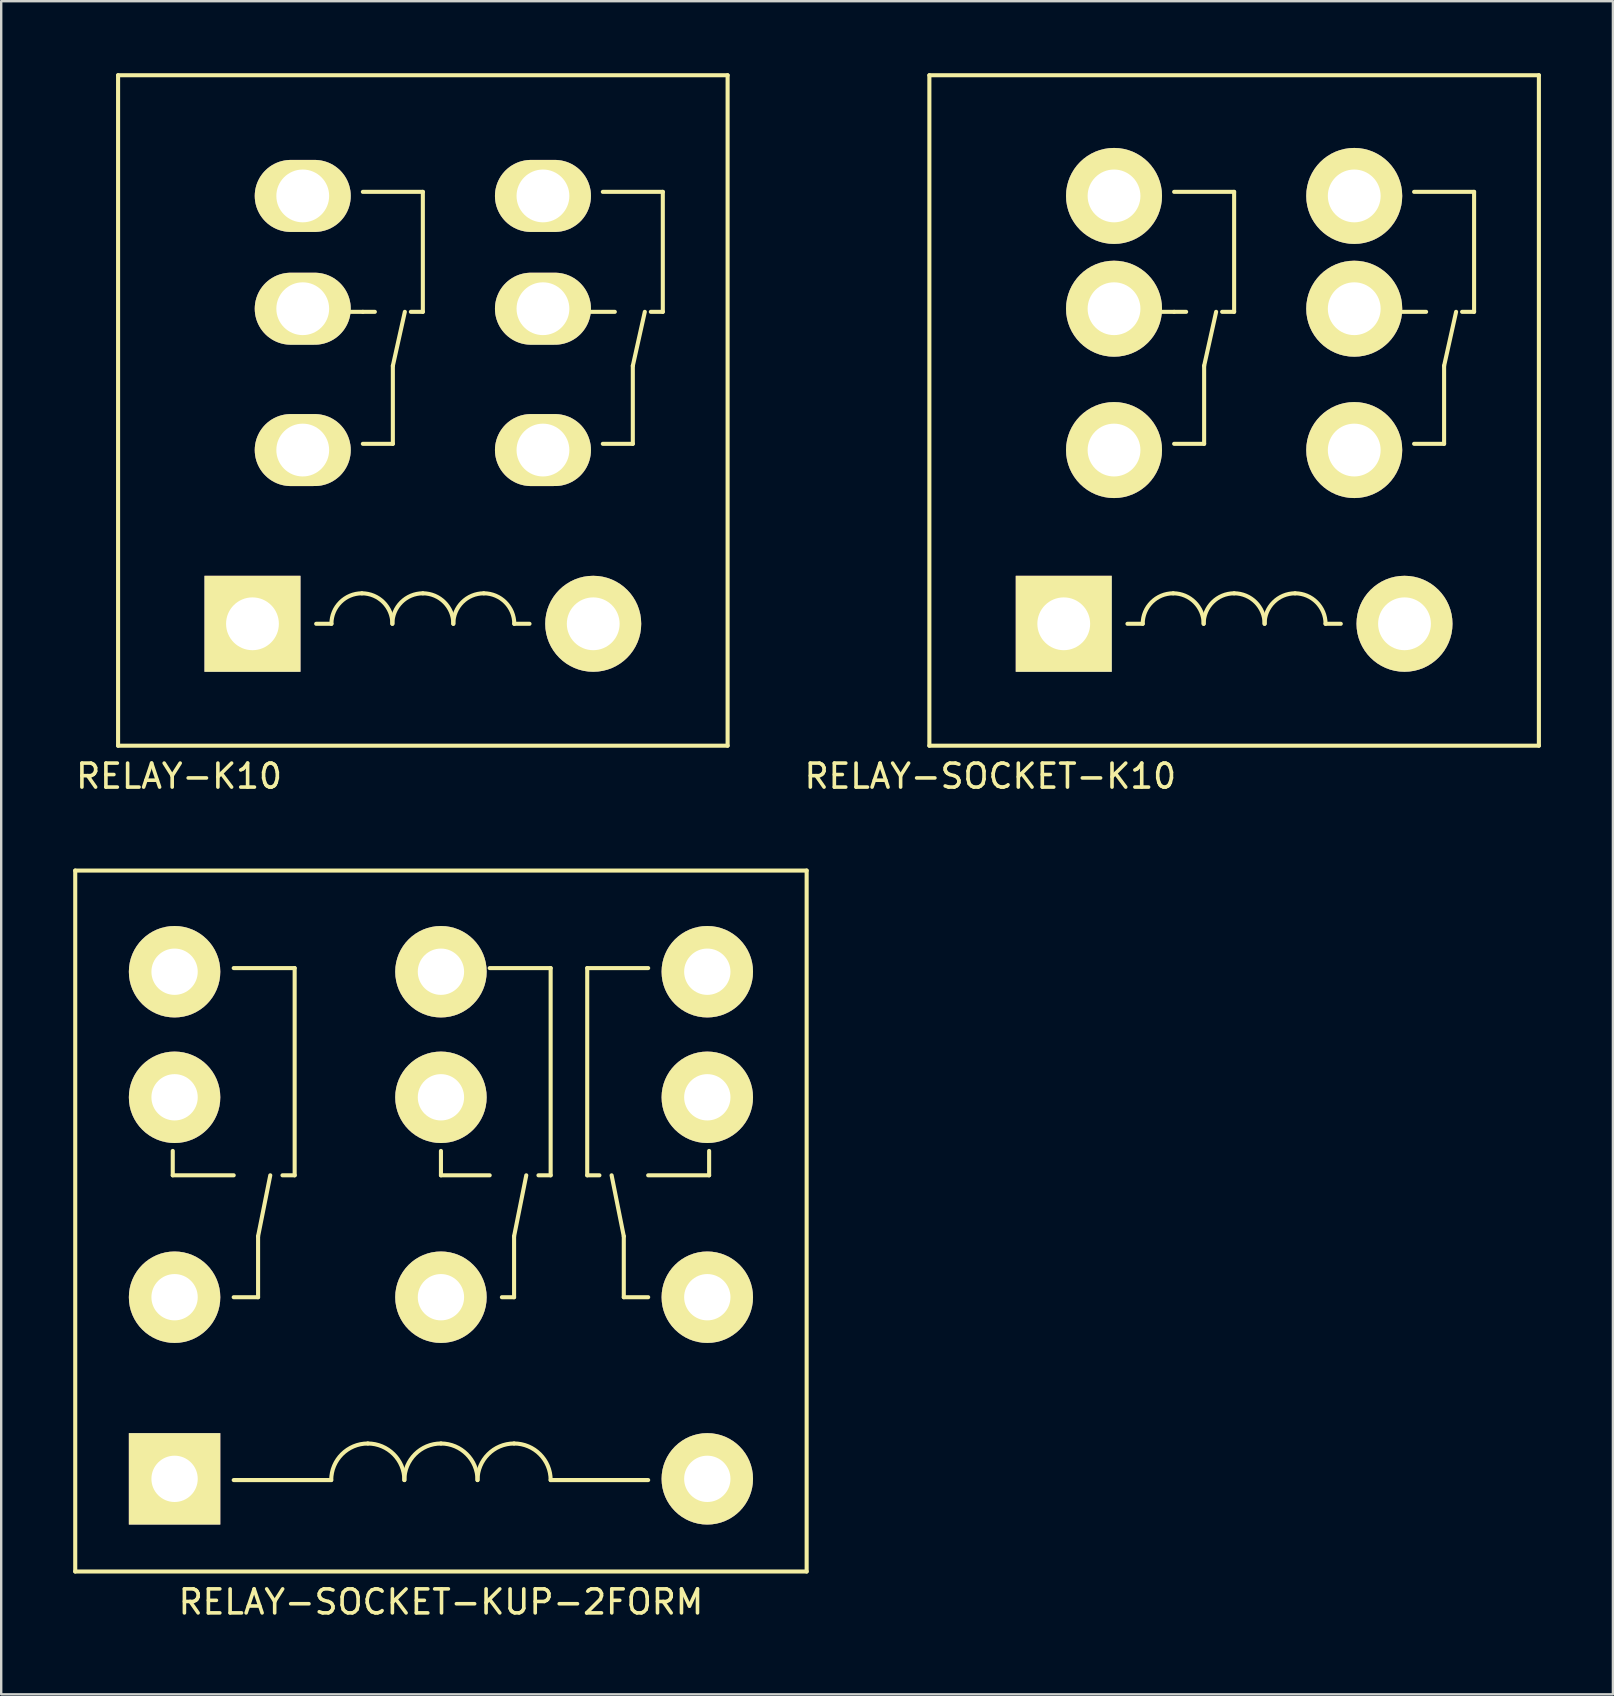
<source format=kicad_pcb>
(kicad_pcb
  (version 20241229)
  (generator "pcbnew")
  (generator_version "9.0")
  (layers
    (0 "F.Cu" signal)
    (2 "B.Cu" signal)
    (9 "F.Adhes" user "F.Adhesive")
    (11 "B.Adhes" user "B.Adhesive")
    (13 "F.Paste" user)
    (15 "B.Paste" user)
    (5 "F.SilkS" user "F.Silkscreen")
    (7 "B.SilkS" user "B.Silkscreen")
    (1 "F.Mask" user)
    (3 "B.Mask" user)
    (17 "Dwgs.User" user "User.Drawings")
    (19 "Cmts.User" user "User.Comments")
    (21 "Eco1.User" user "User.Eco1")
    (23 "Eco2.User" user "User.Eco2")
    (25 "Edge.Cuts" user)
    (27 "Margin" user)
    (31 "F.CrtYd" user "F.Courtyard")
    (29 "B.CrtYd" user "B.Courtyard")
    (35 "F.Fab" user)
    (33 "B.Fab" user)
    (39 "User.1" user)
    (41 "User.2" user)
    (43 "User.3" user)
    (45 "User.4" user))
  (footprint "RELAY-SOCKET-K10"
    (layer "F.Cu")
    (at 48.379 22.945)
    (property "Reference" "RELAY-SOCKET-K10" (at -10.16 6.35 0) (layer "F.SilkS") (effects (font (size 1 1) (thickness 0.15))))
    (attr through_hole)
    (fp_line (start -12.7 -22.86) (end -12.7 5.08) (stroke (width 0.17) (type solid)) (layer "F.SilkS"))
    (fp_line (start -12.7 5.08) (end 12.7 5.08) (stroke (width 0.17) (type solid)) (layer "F.SilkS"))
    (fp_line (start -3.81 0) (end -4.445 0) (stroke (width 0.17) (type solid)) (layer "F.SilkS"))
    (fp_line (start -2.5 -13) (end -3 -13) (stroke (width 0.17) (type solid)) (layer "F.SilkS"))
    (fp_line (start -2.5 -13) (end -2 -13) (stroke (width 0.17) (type solid)) (layer "F.SilkS"))
    (fp_line (start -2.5 -7.5) (end -1.25 -7.5) (stroke (width 0.17) (type solid)) (layer "F.SilkS"))
    (fp_line (start -1.25 -10.75) (end -0.75 -13) (stroke (width 0.17) (type solid)) (layer "F.SilkS"))
    (fp_line (start -1.25 -7.5) (end -1.25 -10.75) (stroke (width 0.17) (type solid)) (layer "F.SilkS"))
    (fp_line (start -0.5 -13) (end 0 -13) (stroke (width 0.17) (type solid)) (layer "F.SilkS"))
    (fp_line (start 0 -18) (end -2.5 -18) (stroke (width 0.17) (type solid)) (layer "F.SilkS"))
    (fp_line (start 0 -13) (end 0 -18) (stroke (width 0.17) (type solid)) (layer "F.SilkS"))
    (fp_line (start 3.81 0) (end 4.445 0) (stroke (width 0.17) (type solid)) (layer "F.SilkS"))
    (fp_line (start 7 -13) (end 8 -13) (stroke (width 0.17) (type solid)) (layer "F.SilkS"))
    (fp_line (start 7.5 -18) (end 10 -18) (stroke (width 0.17) (type solid)) (layer "F.SilkS"))
    (fp_line (start 8.75 -10.75) (end 8.75 -7.5) (stroke (width 0.17) (type solid)) (layer "F.SilkS"))
    (fp_line (start 8.75 -7.5) (end 7.5 -7.5) (stroke (width 0.17) (type solid)) (layer "F.SilkS"))
    (fp_line (start 9.25 -13) (end 8.75 -10.75) (stroke (width 0.17) (type solid)) (layer "F.SilkS"))
    (fp_line (start 10 -18) (end 10 -13) (stroke (width 0.17) (type solid)) (layer "F.SilkS"))
    (fp_line (start 10 -13) (end 9.5 -13) (stroke (width 0.17) (type solid)) (layer "F.SilkS"))
    (fp_line (start 12.7 -22.86) (end -12.7 -22.86) (stroke (width 0.17) (type solid)) (layer "F.SilkS"))
    (fp_line (start 12.7 5.08) (end 12.7 -22.86) (stroke (width 0.17) (type solid)) (layer "F.SilkS"))
    (fp_arc (start -3.81 0) (mid -3.438026 -0.898026) (end -2.54 -1.27) (stroke (width 0.17) (type solid)) (layer "F.SilkS"))
    (fp_arc (start -2.54 -1.27) (mid -1.641974 -0.898026) (end -1.27 0) (stroke (width 0.17) (type solid)) (layer "F.SilkS"))
    (fp_arc (start -1.27 0) (mid -0.898026 -0.898026) (end 0 -1.27) (stroke (width 0.17) (type solid)) (layer "F.SilkS"))
    (fp_arc (start 0 -1.27) (mid 0.898026 -0.898026) (end 1.27 0) (stroke (width 0.17) (type solid)) (layer "F.SilkS"))
    (fp_arc (start 1.27 0) (mid 1.641974 -0.898026) (end 2.54 -1.27) (stroke (width 0.17) (type solid)) (layer "F.SilkS"))
    (fp_arc (start 2.54 -1.27) (mid 3.438026 -0.898026) (end 3.81 0) (stroke (width 0.17) (type solid)) (layer "F.SilkS"))
    (pad "1" thru_hole rect (at -7.1 0) (size 4 4) (drill 2.2) (layers "*.Cu" "*.Mask" "F.SilkS"))
    (pad "2" thru_hole circle (at 7.1 0) (size 4 4) (drill 2.2) (layers "*.Cu" "*.Mask" "F.SilkS"))
    (pad "3" thru_hole circle (at -5.005 -17.83) (size 4 4) (drill 2.2) (layers "*.Cu" "*.Mask" "F.SilkS"))
    (pad "4" thru_hole circle (at -5.005 -7.24) (size 4 4) (drill 2.2) (layers "*.Cu" "*.Mask" "F.SilkS"))
    (pad "5" thru_hole circle (at -5.005 -13.13) (size 4 4) (drill 2.2) (layers "*.Cu" "*.Mask" "F.SilkS"))
    (pad "6" thru_hole circle (at 5.005 -17.83) (size 4 4) (drill 2.2) (layers "*.Cu" "*.Mask" "F.SilkS"))
    (pad "7" thru_hole circle (at 5.005 -7.24) (size 4 4) (drill 2.2) (layers "*.Cu" "*.Mask" "F.SilkS"))
    (pad "8" thru_hole circle (at 5.005 -13.13) (size 4 4) (drill 2.2) (layers "*.Cu" "*.Mask" "F.SilkS")))
  (footprint "RELAY-K10"
    (layer "F.Cu")
    (at 14.571 22.945)
    (property "Reference" "RELAY-K10" (at -10.16 6.35 0) (layer "F.SilkS") (effects (font (size 1 1) (thickness 0.15))))
    (attr through_hole)
    (fp_line (start -12.7 -22.86) (end -12.7 5.08) (stroke (width 0.17) (type solid)) (layer "F.SilkS"))
    (fp_line (start -12.7 5.08) (end 12.7 5.08) (stroke (width 0.17) (type solid)) (layer "F.SilkS"))
    (fp_line (start -3.81 0) (end -4.445 0) (stroke (width 0.17) (type solid)) (layer "F.SilkS"))
    (fp_line (start -2.5 -13) (end -3 -13) (stroke (width 0.17) (type solid)) (layer "F.SilkS"))
    (fp_line (start -2.5 -13) (end -2 -13) (stroke (width 0.17) (type solid)) (layer "F.SilkS"))
    (fp_line (start -2.5 -7.5) (end -1.25 -7.5) (stroke (width 0.17) (type solid)) (layer "F.SilkS"))
    (fp_line (start -1.25 -10.75) (end -0.75 -13) (stroke (width 0.17) (type solid)) (layer "F.SilkS"))
    (fp_line (start -1.25 -7.5) (end -1.25 -10.75) (stroke (width 0.17) (type solid)) (layer "F.SilkS"))
    (fp_line (start -0.5 -13) (end 0 -13) (stroke (width 0.17) (type solid)) (layer "F.SilkS"))
    (fp_line (start 0 -18) (end -2.5 -18) (stroke (width 0.17) (type solid)) (layer "F.SilkS"))
    (fp_line (start 0 -13) (end 0 -18) (stroke (width 0.17) (type solid)) (layer "F.SilkS"))
    (fp_line (start 3.81 0) (end 4.445 0) (stroke (width 0.17) (type solid)) (layer "F.SilkS"))
    (fp_line (start 7 -13) (end 8 -13) (stroke (width 0.17) (type solid)) (layer "F.SilkS"))
    (fp_line (start 7.5 -18) (end 10 -18) (stroke (width 0.17) (type solid)) (layer "F.SilkS"))
    (fp_line (start 8.75 -10.75) (end 8.75 -7.5) (stroke (width 0.17) (type solid)) (layer "F.SilkS"))
    (fp_line (start 8.75 -7.5) (end 7.5 -7.5) (stroke (width 0.17) (type solid)) (layer "F.SilkS"))
    (fp_line (start 9.25 -13) (end 8.75 -10.75) (stroke (width 0.17) (type solid)) (layer "F.SilkS"))
    (fp_line (start 10 -18) (end 10 -13) (stroke (width 0.17) (type solid)) (layer "F.SilkS"))
    (fp_line (start 10 -13) (end 9.5 -13) (stroke (width 0.17) (type solid)) (layer "F.SilkS"))
    (fp_line (start 12.7 -22.86) (end -12.7 -22.86) (stroke (width 0.17) (type solid)) (layer "F.SilkS"))
    (fp_line (start 12.7 5.08) (end 12.7 -22.86) (stroke (width 0.17) (type solid)) (layer "F.SilkS"))
    (fp_arc (start -3.81 0) (mid -3.438026 -0.898026) (end -2.54 -1.27) (stroke (width 0.17) (type solid)) (layer "F.SilkS"))
    (fp_arc (start -2.54 -1.27) (mid -1.641974 -0.898026) (end -1.27 0) (stroke (width 0.17) (type solid)) (layer "F.SilkS"))
    (fp_arc (start -1.27 0) (mid -0.898026 -0.898026) (end 0 -1.27) (stroke (width 0.17) (type solid)) (layer "F.SilkS"))
    (fp_arc (start 0 -1.27) (mid 0.898026 -0.898026) (end 1.27 0) (stroke (width 0.17) (type solid)) (layer "F.SilkS"))
    (fp_arc (start 1.27 0) (mid 1.641974 -0.898026) (end 2.54 -1.27) (stroke (width 0.17) (type solid)) (layer "F.SilkS"))
    (fp_arc (start 2.54 -1.27) (mid 3.438026 -0.898026) (end 3.81 0) (stroke (width 0.17) (type solid)) (layer "F.SilkS"))
    (pad "1" thru_hole rect (at -7.1 0) (size 4 4) (drill 2.2) (layers "*.Cu" "*.Mask" "F.SilkS"))
    (pad "2" thru_hole circle (at 7.1 0) (size 4 4) (drill 2.2) (layers "*.Cu" "*.Mask" "F.SilkS"))
    (pad "3" thru_hole oval (at -5.005 -17.83) (size 4 3) (drill 2.2) (layers "*.Cu" "*.Mask" "F.SilkS"))
    (pad "4" thru_hole oval (at -5.005 -7.24) (size 4 3) (drill 2.2) (layers "*.Cu" "*.Mask" "F.SilkS"))
    (pad "5" thru_hole oval (at -5.005 -13.13) (size 4 3) (drill 2.2) (layers "*.Cu" "*.Mask" "F.SilkS"))
    (pad "6" thru_hole oval (at 5.005 -17.83) (size 4 3) (drill 2.2) (layers "*.Cu" "*.Mask" "F.SilkS"))
    (pad "7" thru_hole oval (at 5.005 -7.24) (size 4 3) (drill 2.2) (layers "*.Cu" "*.Mask" "F.SilkS"))
    (pad "8" thru_hole oval (at 5.005 -13.13) (size 4 3) (drill 2.2) (layers "*.Cu" "*.Mask" "F.SilkS")))
  (footprint "RELAY-SOCKET-KUP-2FORM"
    (layer "F.Cu")
    (at 15.325 51.008)
    (property "Reference" "RELAY-SOCKET-KUP-2FORM" (at 0 12.7 0) (layer "F.SilkS") (effects (font (size 1 1) (thickness 0.15))))
    (attr through_hole)
    (fp_line (start -15.24 -17.78) (end 15.24 -17.78) (stroke (width 0.17) (type solid)) (layer "F.SilkS"))
    (fp_line (start -15.24 11.43) (end -15.24 -17.78) (stroke (width 0.17) (type solid)) (layer "F.SilkS"))
    (fp_line (start -11.176 -6.096) (end -11.176 -5.08) (stroke (width 0.17) (type solid)) (layer "F.SilkS"))
    (fp_line (start -11.176 -5.08) (end -8.636 -5.08) (stroke (width 0.17) (type solid)) (layer "F.SilkS"))
    (fp_line (start -8.636 -13.716) (end -6.096 -13.716) (stroke (width 0.17) (type solid)) (layer "F.SilkS"))
    (fp_line (start -8.636 0) (end -7.62 0) (stroke (width 0.17) (type solid)) (layer "F.SilkS"))
    (fp_line (start -7.62 -2.54) (end -7.112 -5.08) (stroke (width 0.17) (type solid)) (layer "F.SilkS"))
    (fp_line (start -7.62 0) (end -7.62 -2.54) (stroke (width 0.17) (type solid)) (layer "F.SilkS"))
    (fp_line (start -6.096 -13.716) (end -6.096 -5.08) (stroke (width 0.17) (type solid)) (layer "F.SilkS"))
    (fp_line (start -6.096 -5.08) (end -6.604 -5.08) (stroke (width 0.17) (type solid)) (layer "F.SilkS"))
    (fp_line (start -4.572 7.62) (end -8.636 7.62) (stroke (width 0.17) (type solid)) (layer "F.SilkS"))
    (fp_line (start 0 -6.096) (end 0 -5.08) (stroke (width 0.17) (type solid)) (layer "F.SilkS"))
    (fp_line (start 0 -5.08) (end 2.032 -5.08) (stroke (width 0.17) (type solid)) (layer "F.SilkS"))
    (fp_line (start 2.032 -13.716) (end 4.572 -13.716) (stroke (width 0.17) (type solid)) (layer "F.SilkS"))
    (fp_line (start 2.54 0) (end 3.048 0) (stroke (width 0.17) (type solid)) (layer "F.SilkS"))
    (fp_line (start 3.048 -2.54) (end 3.556 -5.08) (stroke (width 0.17) (type solid)) (layer "F.SilkS"))
    (fp_line (start 3.048 0) (end 3.048 -2.54) (stroke (width 0.17) (type solid)) (layer "F.SilkS"))
    (fp_line (start 4.572 -13.716) (end 4.572 -5.08) (stroke (width 0.17) (type solid)) (layer "F.SilkS"))
    (fp_line (start 4.572 -5.08) (end 4.064 -5.08) (stroke (width 0.17) (type solid)) (layer "F.SilkS"))
    (fp_line (start 4.572 7.62) (end 8.636 7.62) (stroke (width 0.17) (type solid)) (layer "F.SilkS"))
    (fp_line (start 6.096 -13.716) (end 6.096 -5.08) (stroke (width 0.17) (type solid)) (layer "F.SilkS"))
    (fp_line (start 6.096 -13.716) (end 8.636 -13.716) (stroke (width 0.17) (type solid)) (layer "F.SilkS"))
    (fp_line (start 6.096 -5.08) (end 6.604 -5.08) (stroke (width 0.17) (type solid)) (layer "F.SilkS"))
    (fp_line (start 7.62 -2.54) (end 7.112 -5.08) (stroke (width 0.17) (type solid)) (layer "F.SilkS"))
    (fp_line (start 7.62 0) (end 7.62 -2.54) (stroke (width 0.17) (type solid)) (layer "F.SilkS"))
    (fp_line (start 8.636 0) (end 7.62 0) (stroke (width 0.17) (type solid)) (layer "F.SilkS"))
    (fp_line (start 11.176 -6.096) (end 11.176 -5.08) (stroke (width 0.17) (type solid)) (layer "F.SilkS"))
    (fp_line (start 11.176 -5.08) (end 8.636 -5.08) (stroke (width 0.17) (type solid)) (layer "F.SilkS"))
    (fp_line (start 15.24 -17.78) (end 15.24 11.43) (stroke (width 0.17) (type solid)) (layer "F.SilkS"))
    (fp_line (start 15.24 11.43) (end -15.24 11.43) (stroke (width 0.17) (type solid)) (layer "F.SilkS"))
    (fp_arc (start -4.572 7.62) (mid -4.125631 6.542369) (end -3.048 6.096) (stroke (width 0.17) (type solid)) (layer "F.SilkS"))
    (fp_arc (start -3.048 6.096) (mid -1.970369 6.542369) (end -1.524 7.62) (stroke (width 0.17) (type solid)) (layer "F.SilkS"))
    (fp_arc (start -1.524 7.62) (mid -1.077631 6.542369) (end 0 6.096) (stroke (width 0.17) (type solid)) (layer "F.SilkS"))
    (fp_arc (start 0 6.096) (mid 1.077631 6.542369) (end 1.524 7.62) (stroke (width 0.17) (type solid)) (layer "F.SilkS"))
    (fp_arc (start 1.524 7.62) (mid 1.970369 6.542369) (end 3.048 6.096) (stroke (width 0.17) (type solid)) (layer "F.SilkS"))
    (fp_arc (start 3.048 6.096) (mid 4.125631 6.542369) (end 4.572 7.62) (stroke (width 0.17) (type solid)) (layer "F.SilkS"))
    (pad "1" thru_hole rect (at -11.1 7.569) (size 3.81 3.81) (drill 1.93) (layers "*.Cu" "*.Mask" "F.SilkS"))
    (pad "2" thru_hole circle (at 11.1 7.569) (size 3.81 3.81) (drill 1.93) (layers "*.Cu" "*.Mask" "F.SilkS"))
    (pad "3" thru_hole circle (at -11.1 -13.564) (size 3.81 3.81) (drill 1.93) (layers "*.Cu" "*.Mask" "F.SilkS"))
    (pad "4" thru_hole circle (at -11.1 0) (size 3.81 3.81) (drill 1.93) (layers "*.Cu" "*.Mask" "F.SilkS"))
    (pad "5" thru_hole circle (at -11.1 -8.331) (size 3.81 3.81) (drill 1.93) (layers "*.Cu" "*.Mask" "F.SilkS"))
    (pad "6" thru_hole circle (at 11.1 -13.564) (size 3.81 3.81) (drill 1.93) (layers "*.Cu" "*.Mask" "F.SilkS"))
    (pad "7" thru_hole circle (at 11.1 0) (size 3.81 3.81) (drill 1.93) (layers "*.Cu" "*.Mask" "F.SilkS"))
    (pad "8" thru_hole circle (at 11.1 -8.331) (size 3.81 3.81) (drill 1.93) (layers "*.Cu" "*.Mask" "F.SilkS"))
    (pad "9" thru_hole circle (at 0 -13.564) (size 3.81 3.81) (drill 1.93) (layers "*.Cu" "*.Mask" "F.SilkS"))
    (pad "10" thru_hole circle (at 0 0) (size 3.81 3.81) (drill 1.93) (layers "*.Cu" "*.Mask" "F.SilkS"))
    (pad "11" thru_hole circle (at 0 -8.331) (size 3.81 3.81) (drill 1.93) (layers "*.Cu" "*.Mask" "F.SilkS")))
  (gr_rect
    (start -3 -3)
    (end 64.164 67.556)
    (stroke (width 0.1) (type default))
    (fill no)
    (layer "Edge.Cuts")))
</source>
